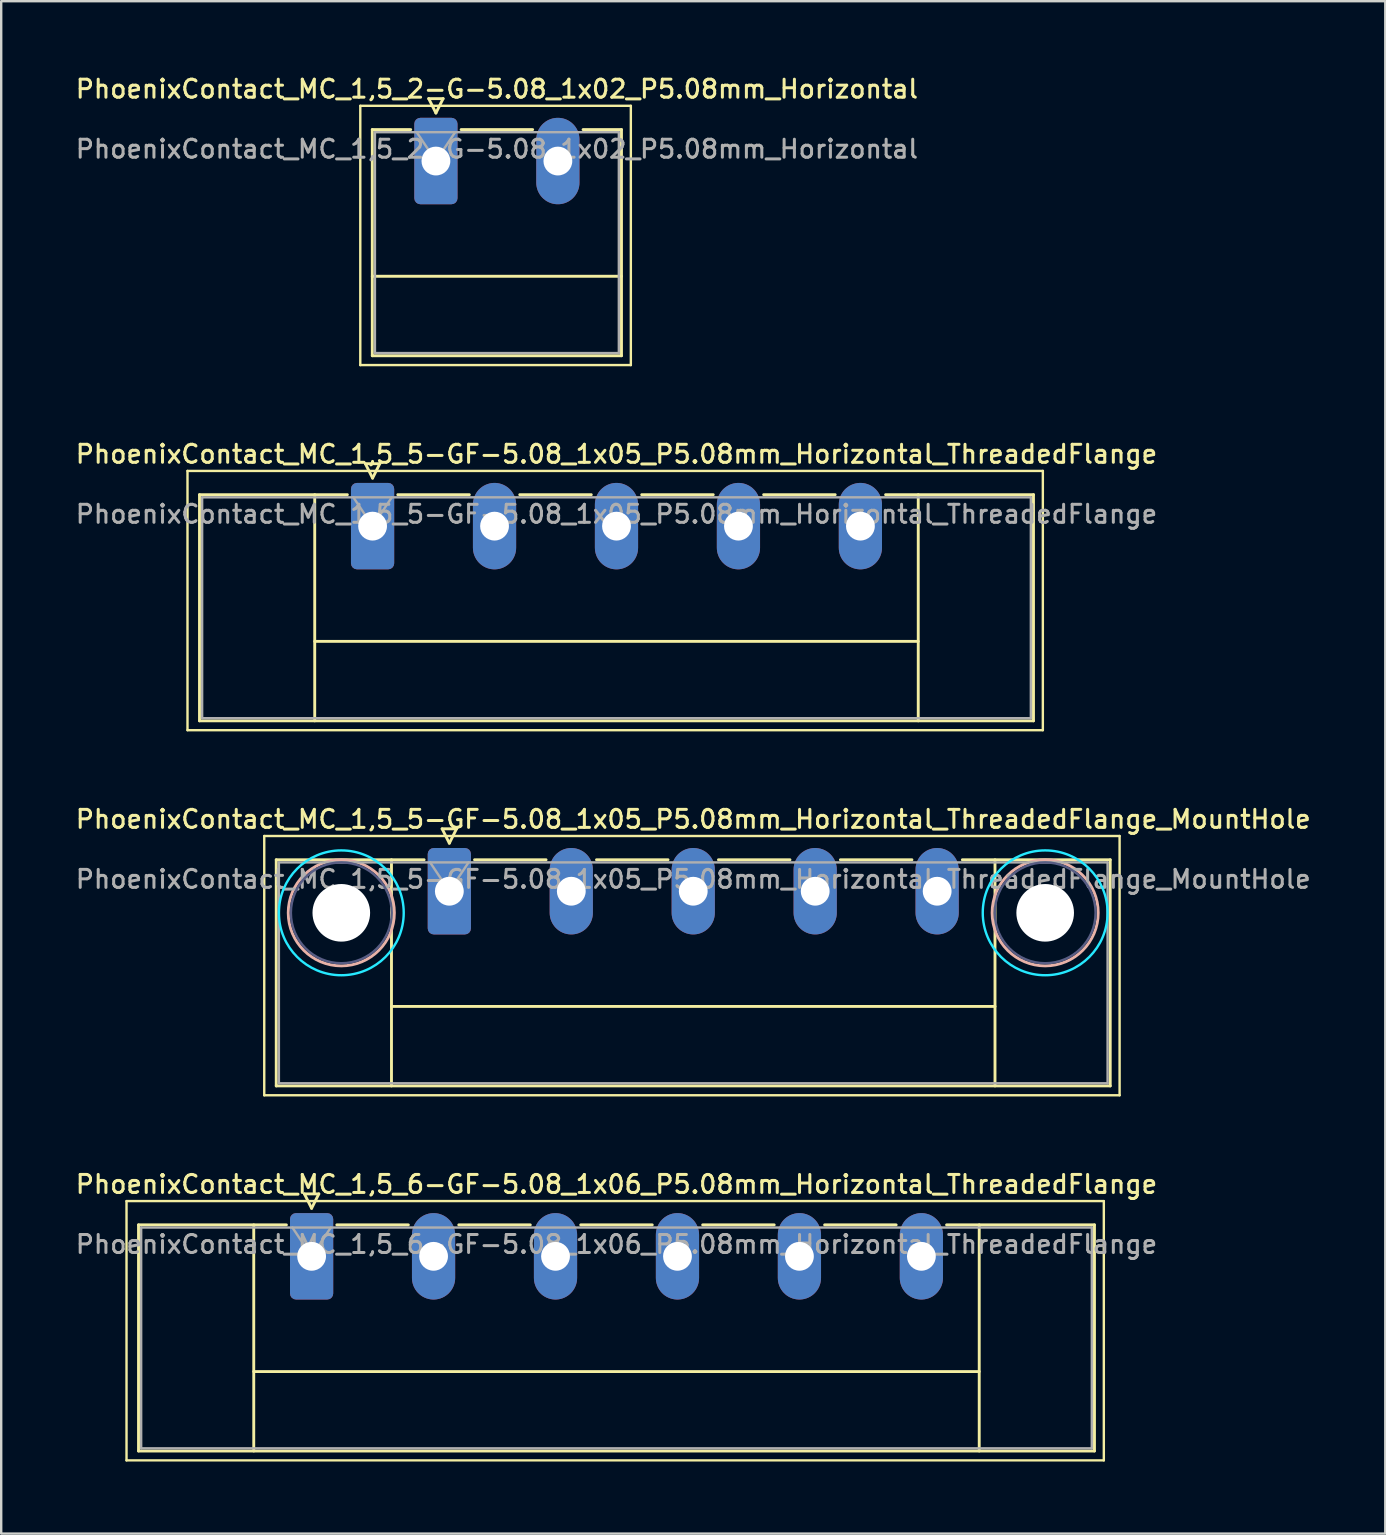
<source format=kicad_pcb>
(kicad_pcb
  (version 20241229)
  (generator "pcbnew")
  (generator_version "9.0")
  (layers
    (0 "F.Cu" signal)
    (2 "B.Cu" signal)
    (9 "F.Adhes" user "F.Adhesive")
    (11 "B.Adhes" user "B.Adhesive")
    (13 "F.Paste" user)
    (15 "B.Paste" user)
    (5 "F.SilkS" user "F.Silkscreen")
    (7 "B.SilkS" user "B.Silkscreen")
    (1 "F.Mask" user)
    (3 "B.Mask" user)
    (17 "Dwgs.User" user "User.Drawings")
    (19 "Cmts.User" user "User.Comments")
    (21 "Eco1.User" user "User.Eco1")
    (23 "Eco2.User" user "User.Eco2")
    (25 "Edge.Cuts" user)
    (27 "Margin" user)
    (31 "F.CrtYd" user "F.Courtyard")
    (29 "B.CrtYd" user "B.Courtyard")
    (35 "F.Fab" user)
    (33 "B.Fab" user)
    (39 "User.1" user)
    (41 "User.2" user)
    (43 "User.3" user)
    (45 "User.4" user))
  (footprint "PhoenixContact_MC_1,5_5-GF-5.08_1x05_P5.08mm_Horizontal_ThreadedFlange"
    (layer "F.Cu")
    (at 12.47 18.866)
    (property "Reference" "PhoenixContact_MC_1,5_5-GF-5.08_1x05_P5.08mm_Horizontal_ThreadedFlange" (at 10.16 -3 0) (layer "F.SilkS") (effects (font (size 0.75 0.75) (thickness 0.125))))
    (attr through_hole)
    (fp_line (start -7.71 -2.3) (end -7.71 8.5) (stroke (width 0.1) (type solid)) (layer "F.SilkS"))
    (fp_line (start -7.71 8.5) (end 27.92 8.5) (stroke (width 0.1) (type solid)) (layer "F.SilkS"))
    (fp_line (start -7.21 -1.31) (end -7.21 8.11) (stroke (width 0.12) (type solid)) (layer "F.SilkS"))
    (fp_line (start -7.21 -1.31) (end -1.05 -1.31) (stroke (width 0.12) (type solid)) (layer "F.SilkS"))
    (fp_line (start -7.21 8.11) (end 27.53 8.11) (stroke (width 0.12) (type solid)) (layer "F.SilkS"))
    (fp_line (start -2.41 -1.31) (end -2.41 8.11) (stroke (width 0.12) (type solid)) (layer "F.SilkS"))
    (fp_line (start -2.41 4.8) (end 22.73 4.8) (stroke (width 0.12) (type solid)) (layer "F.SilkS"))
    (fp_line (start -0.3 -2.6) (end 0.3 -2.6) (stroke (width 0.12) (type solid)) (layer "F.SilkS"))
    (fp_line (start 0 -2) (end -0.3 -2.6) (stroke (width 0.12) (type solid)) (layer "F.SilkS"))
    (fp_line (start 0.3 -2.6) (end 0 -2) (stroke (width 0.12) (type solid)) (layer "F.SilkS"))
    (fp_line (start 1.05 -1.31) (end 4.03 -1.31) (stroke (width 0.12) (type solid)) (layer "F.SilkS"))
    (fp_line (start 6.13 -1.31) (end 9.11 -1.31) (stroke (width 0.12) (type solid)) (layer "F.SilkS"))
    (fp_line (start 11.21 -1.31) (end 14.19 -1.31) (stroke (width 0.12) (type solid)) (layer "F.SilkS"))
    (fp_line (start 16.29 -1.31) (end 19.27 -1.31) (stroke (width 0.12) (type solid)) (layer "F.SilkS"))
    (fp_line (start 22.73 -1.31) (end 22.73 8.11) (stroke (width 0.12) (type solid)) (layer "F.SilkS"))
    (fp_line (start 27.53 -1.31) (end 21.37 -1.31) (stroke (width 0.12) (type solid)) (layer "F.SilkS"))
    (fp_line (start 27.53 8.11) (end 27.53 -1.31) (stroke (width 0.12) (type solid)) (layer "F.SilkS"))
    (fp_line (start 27.92 -2.3) (end -7.71 -2.3) (stroke (width 0.1) (type solid)) (layer "F.SilkS"))
    (fp_line (start 27.92 8.5) (end 27.92 -2.3) (stroke (width 0.1) (type solid)) (layer "F.SilkS"))
    (fp_line (start -7.1 -1.2) (end -7.1 8) (stroke (width 0.1) (type solid)) (layer "F.Fab"))
    (fp_line (start -7.1 8) (end 27.42 8) (stroke (width 0.1) (type solid)) (layer "F.Fab"))
    (fp_line (start 0 0) (end -0.8 -1.2) (stroke (width 0.1) (type solid)) (layer "F.Fab"))
    (fp_line (start 0.8 -1.2) (end 0 0) (stroke (width 0.1) (type solid)) (layer "F.Fab"))
    (fp_line (start 27.42 -1.2) (end -7.1 -1.2) (stroke (width 0.1) (type solid)) (layer "F.Fab"))
    (fp_line (start 27.42 8) (end 27.42 -1.2) (stroke (width 0.1) (type solid)) (layer "F.Fab"))
    (fp_text user "${REFERENCE}" (at 10.16 -0.5 0) (layer "F.Fab") (effects (font (size 0.75 0.75) (thickness 0.125))))
    (pad "1" thru_hole roundrect (at 0 0) (size 1.8 3.6) (drill 1.2) (layers "*.Cu" "*.Mask") (roundrect_rratio 0.139))
    (pad "2" thru_hole oval (at 5.08 0) (size 1.8 3.6) (drill 1.2) (layers "*.Cu" "*.Mask"))
    (pad "3" thru_hole oval (at 10.16 0) (size 1.8 3.6) (drill 1.2) (layers "*.Cu" "*.Mask"))
    (pad "4" thru_hole oval (at 15.24 0) (size 1.8 3.6) (drill 1.2) (layers "*.Cu" "*.Mask"))
    (pad "5" thru_hole oval (at 20.32 0) (size 1.8 3.6) (drill 1.2) (layers "*.Cu" "*.Mask")))
  (footprint "PhoenixContact_MC_1,5_6-GF-5.08_1x06_P5.08mm_Horizontal_ThreadedFlange"
    (layer "F.Cu")
    (at 9.93 49.282)
    (property "Reference" "PhoenixContact_MC_1,5_6-GF-5.08_1x06_P5.08mm_Horizontal_ThreadedFlange" (at 12.7 -3 0) (layer "F.SilkS") (effects (font (size 0.75 0.75) (thickness 0.125))))
    (attr through_hole)
    (fp_line (start -7.71 -2.3) (end -7.71 8.5) (stroke (width 0.1) (type solid)) (layer "F.SilkS"))
    (fp_line (start -7.71 8.5) (end 33 8.5) (stroke (width 0.1) (type solid)) (layer "F.SilkS"))
    (fp_line (start -7.21 -1.31) (end -7.21 8.11) (stroke (width 0.12) (type solid)) (layer "F.SilkS"))
    (fp_line (start -7.21 -1.31) (end -1.05 -1.31) (stroke (width 0.12) (type solid)) (layer "F.SilkS"))
    (fp_line (start -7.21 8.11) (end 32.61 8.11) (stroke (width 0.12) (type solid)) (layer "F.SilkS"))
    (fp_line (start -2.41 -1.31) (end -2.41 8.11) (stroke (width 0.12) (type solid)) (layer "F.SilkS"))
    (fp_line (start -2.41 4.8) (end 27.81 4.8) (stroke (width 0.12) (type solid)) (layer "F.SilkS"))
    (fp_line (start -0.3 -2.6) (end 0.3 -2.6) (stroke (width 0.12) (type solid)) (layer "F.SilkS"))
    (fp_line (start 0 -2) (end -0.3 -2.6) (stroke (width 0.12) (type solid)) (layer "F.SilkS"))
    (fp_line (start 0.3 -2.6) (end 0 -2) (stroke (width 0.12) (type solid)) (layer "F.SilkS"))
    (fp_line (start 1.05 -1.31) (end 4.03 -1.31) (stroke (width 0.12) (type solid)) (layer "F.SilkS"))
    (fp_line (start 6.13 -1.31) (end 9.11 -1.31) (stroke (width 0.12) (type solid)) (layer "F.SilkS"))
    (fp_line (start 11.21 -1.31) (end 14.19 -1.31) (stroke (width 0.12) (type solid)) (layer "F.SilkS"))
    (fp_line (start 16.29 -1.31) (end 19.27 -1.31) (stroke (width 0.12) (type solid)) (layer "F.SilkS"))
    (fp_line (start 21.37 -1.31) (end 24.35 -1.31) (stroke (width 0.12) (type solid)) (layer "F.SilkS"))
    (fp_line (start 27.81 -1.31) (end 27.81 8.11) (stroke (width 0.12) (type solid)) (layer "F.SilkS"))
    (fp_line (start 32.61 -1.31) (end 26.45 -1.31) (stroke (width 0.12) (type solid)) (layer "F.SilkS"))
    (fp_line (start 32.61 8.11) (end 32.61 -1.31) (stroke (width 0.12) (type solid)) (layer "F.SilkS"))
    (fp_line (start 33 -2.3) (end -7.71 -2.3) (stroke (width 0.1) (type solid)) (layer "F.SilkS"))
    (fp_line (start 33 8.5) (end 33 -2.3) (stroke (width 0.1) (type solid)) (layer "F.SilkS"))
    (fp_line (start -7.1 -1.2) (end -7.1 8) (stroke (width 0.1) (type solid)) (layer "F.Fab"))
    (fp_line (start -7.1 8) (end 32.5 8) (stroke (width 0.1) (type solid)) (layer "F.Fab"))
    (fp_line (start 0 0) (end -0.8 -1.2) (stroke (width 0.1) (type solid)) (layer "F.Fab"))
    (fp_line (start 0.8 -1.2) (end 0 0) (stroke (width 0.1) (type solid)) (layer "F.Fab"))
    (fp_line (start 32.5 -1.2) (end -7.1 -1.2) (stroke (width 0.1) (type solid)) (layer "F.Fab"))
    (fp_line (start 32.5 8) (end 32.5 -1.2) (stroke (width 0.1) (type solid)) (layer "F.Fab"))
    (fp_text user "${REFERENCE}" (at 12.7 -0.5 0) (layer "F.Fab") (effects (font (size 0.75 0.75) (thickness 0.125))))
    (pad "1" thru_hole roundrect (at 0 0) (size 1.8 3.6) (drill 1.2) (layers "*.Cu" "*.Mask") (roundrect_rratio 0.139))
    (pad "2" thru_hole oval (at 5.08 0) (size 1.8 3.6) (drill 1.2) (layers "*.Cu" "*.Mask"))
    (pad "3" thru_hole oval (at 10.16 0) (size 1.8 3.6) (drill 1.2) (layers "*.Cu" "*.Mask"))
    (pad "4" thru_hole oval (at 15.24 0) (size 1.8 3.6) (drill 1.2) (layers "*.Cu" "*.Mask"))
    (pad "5" thru_hole oval (at 20.32 0) (size 1.8 3.6) (drill 1.2) (layers "*.Cu" "*.Mask"))
    (pad "6" thru_hole oval (at 25.4 0) (size 1.8 3.6) (drill 1.2) (layers "*.Cu" "*.Mask")))
  (footprint "PhoenixContact_MC_1,5_5-GF-5.08_1x05_P5.08mm_Horizontal_ThreadedFlange_MountHole"
    (layer "F.Cu")
    (at 15.667 34.074)
    (property "Reference" "PhoenixContact_MC_1,5_5-GF-5.08_1x05_P5.08mm_Horizontal_ThreadedFlange_MountHole" (at 10.16 -3 0) (layer "F.SilkS") (effects (font (size 0.75 0.75) (thickness 0.125))))
    (attr through_hole)
    (fp_line (start -7.71 -2.3) (end -7.71 8.5) (stroke (width 0.1) (type solid)) (layer "F.SilkS"))
    (fp_line (start -7.71 8.5) (end 27.92 8.5) (stroke (width 0.1) (type solid)) (layer "F.SilkS"))
    (fp_line (start -7.21 -1.31) (end -7.21 8.11) (stroke (width 0.12) (type solid)) (layer "F.SilkS"))
    (fp_line (start -7.21 -1.31) (end -1.05 -1.31) (stroke (width 0.12) (type solid)) (layer "F.SilkS"))
    (fp_line (start -7.21 8.11) (end 27.53 8.11) (stroke (width 0.12) (type solid)) (layer "F.SilkS"))
    (fp_line (start -2.41 -1.31) (end -2.41 8.11) (stroke (width 0.12) (type solid)) (layer "F.SilkS"))
    (fp_line (start -2.41 4.8) (end 22.73 4.8) (stroke (width 0.12) (type solid)) (layer "F.SilkS"))
    (fp_line (start -0.3 -2.6) (end 0.3 -2.6) (stroke (width 0.12) (type solid)) (layer "F.SilkS"))
    (fp_line (start 0 -2) (end -0.3 -2.6) (stroke (width 0.12) (type solid)) (layer "F.SilkS"))
    (fp_line (start 0.3 -2.6) (end 0 -2) (stroke (width 0.12) (type solid)) (layer "F.SilkS"))
    (fp_line (start 1.05 -1.31) (end 4.03 -1.31) (stroke (width 0.12) (type solid)) (layer "F.SilkS"))
    (fp_line (start 6.13 -1.31) (end 9.11 -1.31) (stroke (width 0.12) (type solid)) (layer "F.SilkS"))
    (fp_line (start 11.21 -1.31) (end 14.19 -1.31) (stroke (width 0.12) (type solid)) (layer "F.SilkS"))
    (fp_line (start 16.29 -1.31) (end 19.27 -1.31) (stroke (width 0.12) (type solid)) (layer "F.SilkS"))
    (fp_line (start 22.73 -1.31) (end 22.73 8.11) (stroke (width 0.12) (type solid)) (layer "F.SilkS"))
    (fp_line (start 27.53 -1.31) (end 21.37 -1.31) (stroke (width 0.12) (type solid)) (layer "F.SilkS"))
    (fp_line (start 27.53 8.11) (end 27.53 -1.31) (stroke (width 0.12) (type solid)) (layer "F.SilkS"))
    (fp_line (start 27.92 -2.3) (end -7.71 -2.3) (stroke (width 0.1) (type solid)) (layer "F.SilkS"))
    (fp_line (start 27.92 8.5) (end 27.92 -2.3) (stroke (width 0.1) (type solid)) (layer "F.SilkS"))
    (fp_circle (center -4.5 0.9) (end -2.29 0.9) (stroke (width 0.12) (type solid)) (fill no) (layer "B.SilkS"))
    (fp_circle (center 24.82 0.9) (end 27.03 0.9) (stroke (width 0.12) (type solid)) (fill no) (layer "B.SilkS"))
    (fp_circle (center -4.5 0.9) (end -1.9 0.9) (stroke (width 0.1) (type solid)) (fill no) (layer "B.CrtYd"))
    (fp_circle (center 24.82 0.9) (end 27.42 0.9) (stroke (width 0.1) (type solid)) (fill no) (layer "B.CrtYd"))
    (fp_circle (center -4.5 0.9) (end -2.4 0.9) (stroke (width 0.1) (type solid)) (fill no) (layer "B.Fab"))
    (fp_circle (center 24.82 0.9) (end 26.92 0.9) (stroke (width 0.1) (type solid)) (fill no) (layer "B.Fab"))
    (fp_line (start -7.1 -1.2) (end -7.1 8) (stroke (width 0.1) (type solid)) (layer "F.Fab"))
    (fp_line (start -7.1 8) (end 27.42 8) (stroke (width 0.1) (type solid)) (layer "F.Fab"))
    (fp_line (start 0 0) (end -0.8 -1.2) (stroke (width 0.1) (type solid)) (layer "F.Fab"))
    (fp_line (start 0.8 -1.2) (end 0 0) (stroke (width 0.1) (type solid)) (layer "F.Fab"))
    (fp_line (start 27.42 -1.2) (end -7.1 -1.2) (stroke (width 0.1) (type solid)) (layer "F.Fab"))
    (fp_line (start 27.42 8) (end 27.42 -1.2) (stroke (width 0.1) (type solid)) (layer "F.Fab"))
    (fp_text user "${REFERENCE}" (at 10.16 -0.5 0) (layer "F.Fab") (effects (font (size 0.75 0.75) (thickness 0.125))))
    (pad "" np_thru_hole circle (at -4.5 0.9) (size 2.4 2.4) (drill 2.4) (layers "*.Cu" "*.Mask"))
    (pad "" np_thru_hole circle (at 24.82 0.9) (size 2.4 2.4) (drill 2.4) (layers "*.Cu" "*.Mask"))
    (pad "1" thru_hole roundrect (at 0 0) (size 1.8 3.6) (drill 1.2) (layers "*.Cu" "*.Mask") (roundrect_rratio 0.139))
    (pad "2" thru_hole oval (at 5.08 0) (size 1.8 3.6) (drill 1.2) (layers "*.Cu" "*.Mask"))
    (pad "3" thru_hole oval (at 10.16 0) (size 1.8 3.6) (drill 1.2) (layers "*.Cu" "*.Mask"))
    (pad "4" thru_hole oval (at 15.24 0) (size 1.8 3.6) (drill 1.2) (layers "*.Cu" "*.Mask"))
    (pad "5" thru_hole oval (at 20.32 0) (size 1.8 3.6) (drill 1.2) (layers "*.Cu" "*.Mask")))
  (footprint "PhoenixContact_MC_1,5_2-G-5.08_1x02_P5.08mm_Horizontal"
    (layer "F.Cu")
    (at 15.108 3.658)
    (property "Reference" "PhoenixContact_MC_1,5_2-G-5.08_1x02_P5.08mm_Horizontal" (at 2.54 -3 0) (layer "F.SilkS") (effects (font (size 0.75 0.75) (thickness 0.125))))
    (attr through_hole)
    (fp_line (start -3.15 -2.3) (end -3.15 8.5) (stroke (width 0.1) (type solid)) (layer "F.SilkS"))
    (fp_line (start -3.15 8.5) (end 8.12 8.5) (stroke (width 0.1) (type solid)) (layer "F.SilkS"))
    (fp_line (start -2.65 -1.31) (end -2.65 8.11) (stroke (width 0.12) (type solid)) (layer "F.SilkS"))
    (fp_line (start -2.65 -1.31) (end -1.05 -1.31) (stroke (width 0.12) (type solid)) (layer "F.SilkS"))
    (fp_line (start -2.65 4.8) (end 7.73 4.8) (stroke (width 0.12) (type solid)) (layer "F.SilkS"))
    (fp_line (start -2.65 8.11) (end 7.73 8.11) (stroke (width 0.12) (type solid)) (layer "F.SilkS"))
    (fp_line (start -0.3 -2.6) (end 0.3 -2.6) (stroke (width 0.12) (type solid)) (layer "F.SilkS"))
    (fp_line (start 0 -2) (end -0.3 -2.6) (stroke (width 0.12) (type solid)) (layer "F.SilkS"))
    (fp_line (start 0.3 -2.6) (end 0 -2) (stroke (width 0.12) (type solid)) (layer "F.SilkS"))
    (fp_line (start 1.05 -1.31) (end 4.03 -1.31) (stroke (width 0.12) (type solid)) (layer "F.SilkS"))
    (fp_line (start 7.73 -1.31) (end 6.13 -1.31) (stroke (width 0.12) (type solid)) (layer "F.SilkS"))
    (fp_line (start 7.73 8.11) (end 7.73 -1.31) (stroke (width 0.12) (type solid)) (layer "F.SilkS"))
    (fp_line (start 8.12 -2.3) (end -3.15 -2.3) (stroke (width 0.1) (type solid)) (layer "F.SilkS"))
    (fp_line (start 8.12 8.5) (end 8.12 -2.3) (stroke (width 0.1) (type solid)) (layer "F.SilkS"))
    (fp_line (start -2.54 -1.2) (end -2.54 8) (stroke (width 0.1) (type solid)) (layer "F.Fab"))
    (fp_line (start -2.54 8) (end 7.62 8) (stroke (width 0.1) (type solid)) (layer "F.Fab"))
    (fp_line (start 0 0) (end -0.8 -1.2) (stroke (width 0.1) (type solid)) (layer "F.Fab"))
    (fp_line (start 0.8 -1.2) (end 0 0) (stroke (width 0.1) (type solid)) (layer "F.Fab"))
    (fp_line (start 7.62 -1.2) (end -2.54 -1.2) (stroke (width 0.1) (type solid)) (layer "F.Fab"))
    (fp_line (start 7.62 8) (end 7.62 -1.2) (stroke (width 0.1) (type solid)) (layer "F.Fab"))
    (fp_text user "${REFERENCE}" (at 2.54 -0.5 0) (layer "F.Fab") (effects (font (size 0.75 0.75) (thickness 0.125))))
    (pad "1" thru_hole roundrect (at 0 0) (size 1.8 3.6) (drill 1.2) (layers "*.Cu" "*.Mask") (roundrect_rratio 0.139))
    (pad "2" thru_hole oval (at 5.08 0) (size 1.8 3.6) (drill 1.2) (layers "*.Cu" "*.Mask")))
  (gr_rect
    (start -3 -3)
    (end 54.654 60.833)
    (stroke (width 0.1) (type default))
    (fill no)
    (layer "Edge.Cuts")))
</source>
